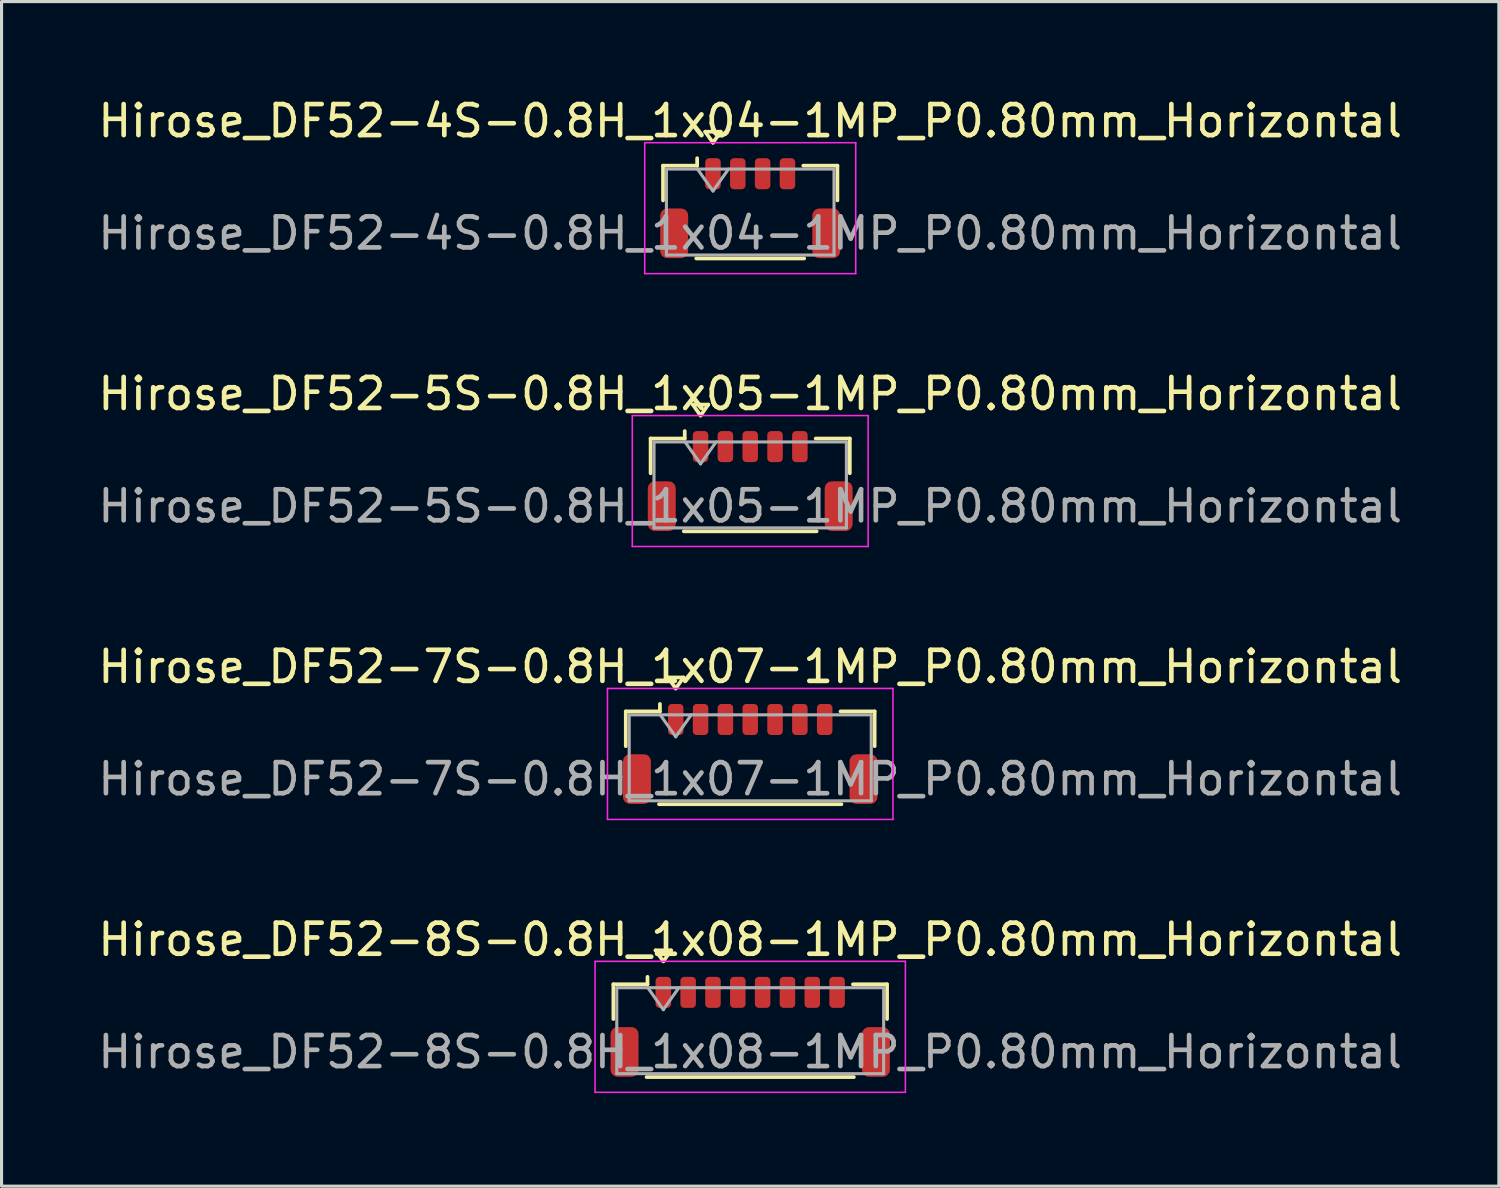
<source format=kicad_pcb>
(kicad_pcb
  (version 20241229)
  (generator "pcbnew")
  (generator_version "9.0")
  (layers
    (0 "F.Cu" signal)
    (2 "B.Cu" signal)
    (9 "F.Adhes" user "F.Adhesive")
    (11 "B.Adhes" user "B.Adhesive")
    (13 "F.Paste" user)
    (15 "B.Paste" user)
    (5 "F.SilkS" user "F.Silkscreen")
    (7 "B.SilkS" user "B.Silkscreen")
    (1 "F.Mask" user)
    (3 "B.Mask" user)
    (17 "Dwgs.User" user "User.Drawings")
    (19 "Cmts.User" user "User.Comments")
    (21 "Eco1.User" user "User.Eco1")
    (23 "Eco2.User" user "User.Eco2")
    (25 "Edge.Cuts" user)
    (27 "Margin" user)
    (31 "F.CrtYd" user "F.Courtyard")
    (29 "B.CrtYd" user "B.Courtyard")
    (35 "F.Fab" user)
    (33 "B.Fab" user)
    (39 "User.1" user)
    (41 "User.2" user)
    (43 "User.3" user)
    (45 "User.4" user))
  (footprint "Hirose_DF52-5S-0.8H_1x05-1MP_P0.80mm_Horizontal"
    (layer "F.Cu")
    (at 21.125 12.451)
    (property "Reference" "Hirose_DF52-5S-0.8H_1x05-1MP_P0.80mm_Horizontal" (at 0 -2.81 0) (layer "F.SilkS") (effects (font (size 1 1) (thickness 0.15))))
    (attr smd)
    (fp_line (start -3.21 -1.37) (end -2.11 -1.37) (stroke (width 0.12) (type solid)) (layer "F.SilkS"))
    (fp_line (start -3.21 -0.25) (end -3.21 -1.37) (stroke (width 0.12) (type solid)) (layer "F.SilkS"))
    (fp_line (start -2.14 1.62) (end 2.14 1.62) (stroke (width 0.12) (type solid)) (layer "F.SilkS"))
    (fp_line (start -2.11 -1.37) (end -2.11 -1.61) (stroke (width 0.12) (type solid)) (layer "F.SilkS"))
    (fp_line (start -1.85 -2.464) (end -1.6 -2.11) (stroke (width 0.12) (type solid)) (layer "F.SilkS"))
    (fp_line (start -1.6 -2.11) (end -1.35 -2.464) (stroke (width 0.12) (type solid)) (layer "F.SilkS"))
    (fp_line (start -1.35 -2.464) (end -1.85 -2.464) (stroke (width 0.12) (type solid)) (layer "F.SilkS"))
    (fp_line (start 3.21 -1.37) (end 2.11 -1.37) (stroke (width 0.12) (type solid)) (layer "F.SilkS"))
    (fp_line (start 3.21 -0.25) (end 3.21 -1.37) (stroke (width 0.12) (type solid)) (layer "F.SilkS"))
    (fp_line (start -3.8 -2.11) (end -3.8 2.11) (stroke (width 0.05) (type solid)) (layer "F.CrtYd"))
    (fp_line (start -3.8 2.11) (end 3.8 2.11) (stroke (width 0.05) (type solid)) (layer "F.CrtYd"))
    (fp_line (start 3.8 -2.11) (end -3.8 -2.11) (stroke (width 0.05) (type solid)) (layer "F.CrtYd"))
    (fp_line (start 3.8 2.11) (end 3.8 -2.11) (stroke (width 0.05) (type solid)) (layer "F.CrtYd"))
    (fp_line (start -3.1 -1.26) (end -3.1 1.51) (stroke (width 0.1) (type solid)) (layer "F.Fab"))
    (fp_line (start -3.1 -1.26) (end 3.1 -1.26) (stroke (width 0.1) (type solid)) (layer "F.Fab"))
    (fp_line (start -3.1 1.51) (end 3.1 1.51) (stroke (width 0.1) (type solid)) (layer "F.Fab"))
    (fp_line (start -2.1 -1.26) (end -1.6 -0.553) (stroke (width 0.1) (type solid)) (layer "F.Fab"))
    (fp_line (start -1.6 -0.553) (end -1.1 -1.26) (stroke (width 0.1) (type solid)) (layer "F.Fab"))
    (fp_line (start 3.1 -1.26) (end 3.1 1.51) (stroke (width 0.1) (type solid)) (layer "F.Fab"))
    (fp_text user "${REFERENCE}" (at 0 0.81 0) (layer "F.Fab") (effects (font (size 1 1) (thickness 0.15))))
    (pad "1" smd roundrect (at -1.6 -1.11) (size 0.5 1) (layers "F.Cu" "F.Mask" "F.Paste") (roundrect_rratio 0.25))
    (pad "2" smd roundrect (at -0.8 -1.11) (size 0.5 1) (layers "F.Cu" "F.Mask" "F.Paste") (roundrect_rratio 0.25))
    (pad "3" smd roundrect (at 0 -1.11) (size 0.5 1) (layers "F.Cu" "F.Mask" "F.Paste") (roundrect_rratio 0.25))
    (pad "4" smd roundrect (at 0.8 -1.11) (size 0.5 1) (layers "F.Cu" "F.Mask" "F.Paste") (roundrect_rratio 0.25))
    (pad "5" smd roundrect (at 1.6 -1.11) (size 0.5 1) (layers "F.Cu" "F.Mask" "F.Paste") (roundrect_rratio 0.25))
    (pad "MP" smd roundrect (at -2.85 0.81) (size 0.9 1.6) (layers "F.Cu" "F.Mask" "F.Paste") (roundrect_rratio 0.25))
    (pad "MP" smd roundrect (at 2.85 0.81) (size 0.9 1.6) (layers "F.Cu" "F.Mask" "F.Paste") (roundrect_rratio 0.25)))
  (footprint "Hirose_DF52-7S-0.8H_1x07-1MP_P0.80mm_Horizontal"
    (layer "F.Cu")
    (at 21.125 21.245)
    (property "Reference" "Hirose_DF52-7S-0.8H_1x07-1MP_P0.80mm_Horizontal" (at 0 -2.81 0) (layer "F.SilkS") (effects (font (size 1 1) (thickness 0.15))))
    (attr smd)
    (fp_line (start -4.01 -1.37) (end -2.91 -1.37) (stroke (width 0.12) (type solid)) (layer "F.SilkS"))
    (fp_line (start -4.01 -0.25) (end -4.01 -1.37) (stroke (width 0.12) (type solid)) (layer "F.SilkS"))
    (fp_line (start -2.94 1.62) (end 2.94 1.62) (stroke (width 0.12) (type solid)) (layer "F.SilkS"))
    (fp_line (start -2.91 -1.37) (end -2.91 -1.61) (stroke (width 0.12) (type solid)) (layer "F.SilkS"))
    (fp_line (start -2.65 -2.464) (end -2.4 -2.11) (stroke (width 0.12) (type solid)) (layer "F.SilkS"))
    (fp_line (start -2.4 -2.11) (end -2.15 -2.464) (stroke (width 0.12) (type solid)) (layer "F.SilkS"))
    (fp_line (start -2.15 -2.464) (end -2.65 -2.464) (stroke (width 0.12) (type solid)) (layer "F.SilkS"))
    (fp_line (start 4.01 -1.37) (end 2.91 -1.37) (stroke (width 0.12) (type solid)) (layer "F.SilkS"))
    (fp_line (start 4.01 -0.25) (end 4.01 -1.37) (stroke (width 0.12) (type solid)) (layer "F.SilkS"))
    (fp_line (start -4.6 -2.11) (end -4.6 2.11) (stroke (width 0.05) (type solid)) (layer "F.CrtYd"))
    (fp_line (start -4.6 2.11) (end 4.6 2.11) (stroke (width 0.05) (type solid)) (layer "F.CrtYd"))
    (fp_line (start 4.6 -2.11) (end -4.6 -2.11) (stroke (width 0.05) (type solid)) (layer "F.CrtYd"))
    (fp_line (start 4.6 2.11) (end 4.6 -2.11) (stroke (width 0.05) (type solid)) (layer "F.CrtYd"))
    (fp_line (start -3.9 -1.26) (end -3.9 1.51) (stroke (width 0.1) (type solid)) (layer "F.Fab"))
    (fp_line (start -3.9 -1.26) (end 3.9 -1.26) (stroke (width 0.1) (type solid)) (layer "F.Fab"))
    (fp_line (start -3.9 1.51) (end 3.9 1.51) (stroke (width 0.1) (type solid)) (layer "F.Fab"))
    (fp_line (start -2.9 -1.26) (end -2.4 -0.553) (stroke (width 0.1) (type solid)) (layer "F.Fab"))
    (fp_line (start -2.4 -0.553) (end -1.9 -1.26) (stroke (width 0.1) (type solid)) (layer "F.Fab"))
    (fp_line (start 3.9 -1.26) (end 3.9 1.51) (stroke (width 0.1) (type solid)) (layer "F.Fab"))
    (fp_text user "${REFERENCE}" (at 0 0.81 0) (layer "F.Fab") (effects (font (size 1 1) (thickness 0.15))))
    (pad "1" smd roundrect (at -2.4 -1.11) (size 0.5 1) (layers "F.Cu" "F.Mask" "F.Paste") (roundrect_rratio 0.25))
    (pad "2" smd roundrect (at -1.6 -1.11) (size 0.5 1) (layers "F.Cu" "F.Mask" "F.Paste") (roundrect_rratio 0.25))
    (pad "3" smd roundrect (at -0.8 -1.11) (size 0.5 1) (layers "F.Cu" "F.Mask" "F.Paste") (roundrect_rratio 0.25))
    (pad "4" smd roundrect (at 0 -1.11) (size 0.5 1) (layers "F.Cu" "F.Mask" "F.Paste") (roundrect_rratio 0.25))
    (pad "5" smd roundrect (at 0.8 -1.11) (size 0.5 1) (layers "F.Cu" "F.Mask" "F.Paste") (roundrect_rratio 0.25))
    (pad "6" smd roundrect (at 1.6 -1.11) (size 0.5 1) (layers "F.Cu" "F.Mask" "F.Paste") (roundrect_rratio 0.25))
    (pad "7" smd roundrect (at 2.4 -1.11) (size 0.5 1) (layers "F.Cu" "F.Mask" "F.Paste") (roundrect_rratio 0.25))
    (pad "MP" smd roundrect (at -3.65 0.81) (size 0.9 1.6) (layers "F.Cu" "F.Mask" "F.Paste") (roundrect_rratio 0.25))
    (pad "MP" smd roundrect (at 3.65 0.81) (size 0.9 1.6) (layers "F.Cu" "F.Mask" "F.Paste") (roundrect_rratio 0.25)))
  (footprint "Hirose_DF52-8S-0.8H_1x08-1MP_P0.80mm_Horizontal"
    (layer "F.Cu")
    (at 21.125 30.038)
    (property "Reference" "Hirose_DF52-8S-0.8H_1x08-1MP_P0.80mm_Horizontal" (at 0 -2.81 0) (layer "F.SilkS") (effects (font (size 1 1) (thickness 0.15))))
    (attr smd)
    (fp_line (start -4.41 -1.37) (end -3.31 -1.37) (stroke (width 0.12) (type solid)) (layer "F.SilkS"))
    (fp_line (start -4.41 -0.25) (end -4.41 -1.37) (stroke (width 0.12) (type solid)) (layer "F.SilkS"))
    (fp_line (start -3.34 1.62) (end 3.34 1.62) (stroke (width 0.12) (type solid)) (layer "F.SilkS"))
    (fp_line (start -3.31 -1.37) (end -3.31 -1.61) (stroke (width 0.12) (type solid)) (layer "F.SilkS"))
    (fp_line (start -3.05 -2.464) (end -2.8 -2.11) (stroke (width 0.12) (type solid)) (layer "F.SilkS"))
    (fp_line (start -2.8 -2.11) (end -2.55 -2.464) (stroke (width 0.12) (type solid)) (layer "F.SilkS"))
    (fp_line (start -2.55 -2.464) (end -3.05 -2.464) (stroke (width 0.12) (type solid)) (layer "F.SilkS"))
    (fp_line (start 4.41 -1.37) (end 3.31 -1.37) (stroke (width 0.12) (type solid)) (layer "F.SilkS"))
    (fp_line (start 4.41 -0.25) (end 4.41 -1.37) (stroke (width 0.12) (type solid)) (layer "F.SilkS"))
    (fp_line (start -5 -2.11) (end -5 2.11) (stroke (width 0.05) (type solid)) (layer "F.CrtYd"))
    (fp_line (start -5 2.11) (end 5 2.11) (stroke (width 0.05) (type solid)) (layer "F.CrtYd"))
    (fp_line (start 5 -2.11) (end -5 -2.11) (stroke (width 0.05) (type solid)) (layer "F.CrtYd"))
    (fp_line (start 5 2.11) (end 5 -2.11) (stroke (width 0.05) (type solid)) (layer "F.CrtYd"))
    (fp_line (start -4.3 -1.26) (end -4.3 1.51) (stroke (width 0.1) (type solid)) (layer "F.Fab"))
    (fp_line (start -4.3 -1.26) (end 4.3 -1.26) (stroke (width 0.1) (type solid)) (layer "F.Fab"))
    (fp_line (start -4.3 1.51) (end 4.3 1.51) (stroke (width 0.1) (type solid)) (layer "F.Fab"))
    (fp_line (start -3.3 -1.26) (end -2.8 -0.553) (stroke (width 0.1) (type solid)) (layer "F.Fab"))
    (fp_line (start -2.8 -0.553) (end -2.3 -1.26) (stroke (width 0.1) (type solid)) (layer "F.Fab"))
    (fp_line (start 4.3 -1.26) (end 4.3 1.51) (stroke (width 0.1) (type solid)) (layer "F.Fab"))
    (fp_text user "${REFERENCE}" (at 0 0.81 0) (layer "F.Fab") (effects (font (size 1 1) (thickness 0.15))))
    (pad "1" smd roundrect (at -2.8 -1.11) (size 0.5 1) (layers "F.Cu" "F.Mask" "F.Paste") (roundrect_rratio 0.25))
    (pad "2" smd roundrect (at -2 -1.11) (size 0.5 1) (layers "F.Cu" "F.Mask" "F.Paste") (roundrect_rratio 0.25))
    (pad "3" smd roundrect (at -1.2 -1.11) (size 0.5 1) (layers "F.Cu" "F.Mask" "F.Paste") (roundrect_rratio 0.25))
    (pad "4" smd roundrect (at -0.4 -1.11) (size 0.5 1) (layers "F.Cu" "F.Mask" "F.Paste") (roundrect_rratio 0.25))
    (pad "5" smd roundrect (at 0.4 -1.11) (size 0.5 1) (layers "F.Cu" "F.Mask" "F.Paste") (roundrect_rratio 0.25))
    (pad "6" smd roundrect (at 1.2 -1.11) (size 0.5 1) (layers "F.Cu" "F.Mask" "F.Paste") (roundrect_rratio 0.25))
    (pad "7" smd roundrect (at 2 -1.11) (size 0.5 1) (layers "F.Cu" "F.Mask" "F.Paste") (roundrect_rratio 0.25))
    (pad "8" smd roundrect (at 2.8 -1.11) (size 0.5 1) (layers "F.Cu" "F.Mask" "F.Paste") (roundrect_rratio 0.25))
    (pad "MP" smd roundrect (at -4.05 0.81) (size 0.9 1.6) (layers "F.Cu" "F.Mask" "F.Paste") (roundrect_rratio 0.25))
    (pad "MP" smd roundrect (at 4.05 0.81) (size 0.9 1.6) (layers "F.Cu" "F.Mask" "F.Paste") (roundrect_rratio 0.25)))
  (footprint "Hirose_DF52-4S-0.8H_1x04-1MP_P0.80mm_Horizontal"
    (layer "F.Cu")
    (at 21.125 3.658)
    (property "Reference" "Hirose_DF52-4S-0.8H_1x04-1MP_P0.80mm_Horizontal" (at 0 -2.81 0) (layer "F.SilkS") (effects (font (size 1 1) (thickness 0.15))))
    (attr smd)
    (fp_line (start -2.81 -1.37) (end -1.71 -1.37) (stroke (width 0.12) (type solid)) (layer "F.SilkS"))
    (fp_line (start -2.81 -0.25) (end -2.81 -1.37) (stroke (width 0.12) (type solid)) (layer "F.SilkS"))
    (fp_line (start -1.74 1.62) (end 1.74 1.62) (stroke (width 0.12) (type solid)) (layer "F.SilkS"))
    (fp_line (start -1.71 -1.37) (end -1.71 -1.61) (stroke (width 0.12) (type solid)) (layer "F.SilkS"))
    (fp_line (start -1.45 -2.464) (end -1.2 -2.11) (stroke (width 0.12) (type solid)) (layer "F.SilkS"))
    (fp_line (start -1.2 -2.11) (end -0.95 -2.464) (stroke (width 0.12) (type solid)) (layer "F.SilkS"))
    (fp_line (start -0.95 -2.464) (end -1.45 -2.464) (stroke (width 0.12) (type solid)) (layer "F.SilkS"))
    (fp_line (start 2.81 -1.37) (end 1.71 -1.37) (stroke (width 0.12) (type solid)) (layer "F.SilkS"))
    (fp_line (start 2.81 -0.25) (end 2.81 -1.37) (stroke (width 0.12) (type solid)) (layer "F.SilkS"))
    (fp_line (start -3.4 -2.11) (end -3.4 2.11) (stroke (width 0.05) (type solid)) (layer "F.CrtYd"))
    (fp_line (start -3.4 2.11) (end 3.4 2.11) (stroke (width 0.05) (type solid)) (layer "F.CrtYd"))
    (fp_line (start 3.4 -2.11) (end -3.4 -2.11) (stroke (width 0.05) (type solid)) (layer "F.CrtYd"))
    (fp_line (start 3.4 2.11) (end 3.4 -2.11) (stroke (width 0.05) (type solid)) (layer "F.CrtYd"))
    (fp_line (start -2.7 -1.26) (end -2.7 1.51) (stroke (width 0.1) (type solid)) (layer "F.Fab"))
    (fp_line (start -2.7 -1.26) (end 2.7 -1.26) (stroke (width 0.1) (type solid)) (layer "F.Fab"))
    (fp_line (start -2.7 1.51) (end 2.7 1.51) (stroke (width 0.1) (type solid)) (layer "F.Fab"))
    (fp_line (start -1.7 -1.26) (end -1.2 -0.553) (stroke (width 0.1) (type solid)) (layer "F.Fab"))
    (fp_line (start -1.2 -0.553) (end -0.7 -1.26) (stroke (width 0.1) (type solid)) (layer "F.Fab"))
    (fp_line (start 2.7 -1.26) (end 2.7 1.51) (stroke (width 0.1) (type solid)) (layer "F.Fab"))
    (fp_text user "${REFERENCE}" (at 0 0.81 0) (layer "F.Fab") (effects (font (size 1 1) (thickness 0.15))))
    (pad "1" smd roundrect (at -1.2 -1.11) (size 0.5 1) (layers "F.Cu" "F.Mask" "F.Paste") (roundrect_rratio 0.25))
    (pad "2" smd roundrect (at -0.4 -1.11) (size 0.5 1) (layers "F.Cu" "F.Mask" "F.Paste") (roundrect_rratio 0.25))
    (pad "3" smd roundrect (at 0.4 -1.11) (size 0.5 1) (layers "F.Cu" "F.Mask" "F.Paste") (roundrect_rratio 0.25))
    (pad "4" smd roundrect (at 1.2 -1.11) (size 0.5 1) (layers "F.Cu" "F.Mask" "F.Paste") (roundrect_rratio 0.25))
    (pad "MP" smd roundrect (at -2.45 0.81) (size 0.9 1.6) (layers "F.Cu" "F.Mask" "F.Paste") (roundrect_rratio 0.25))
    (pad "MP" smd roundrect (at 2.45 0.81) (size 0.9 1.6) (layers "F.Cu" "F.Mask" "F.Paste") (roundrect_rratio 0.25)))
  (gr_rect
    (start -3 -3)
    (end 45.25 35.173)
    (stroke (width 0.1) (type default))
    (fill no)
    (layer "Edge.Cuts")))
</source>
